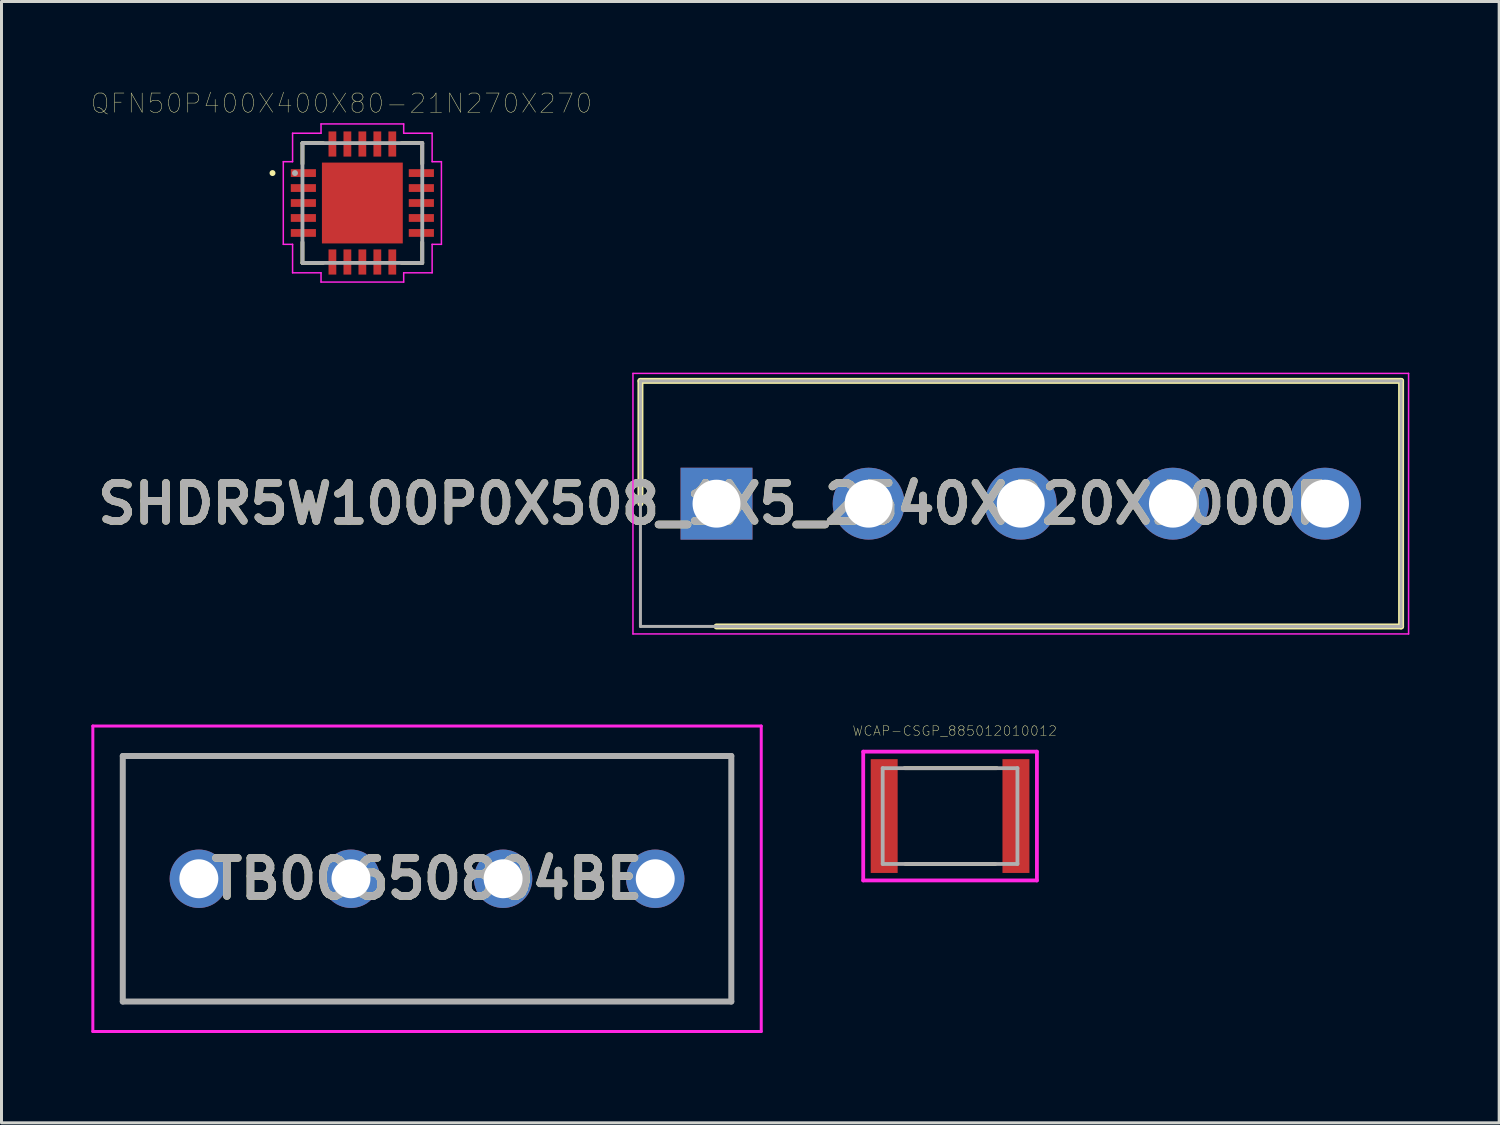
<source format=kicad_pcb>
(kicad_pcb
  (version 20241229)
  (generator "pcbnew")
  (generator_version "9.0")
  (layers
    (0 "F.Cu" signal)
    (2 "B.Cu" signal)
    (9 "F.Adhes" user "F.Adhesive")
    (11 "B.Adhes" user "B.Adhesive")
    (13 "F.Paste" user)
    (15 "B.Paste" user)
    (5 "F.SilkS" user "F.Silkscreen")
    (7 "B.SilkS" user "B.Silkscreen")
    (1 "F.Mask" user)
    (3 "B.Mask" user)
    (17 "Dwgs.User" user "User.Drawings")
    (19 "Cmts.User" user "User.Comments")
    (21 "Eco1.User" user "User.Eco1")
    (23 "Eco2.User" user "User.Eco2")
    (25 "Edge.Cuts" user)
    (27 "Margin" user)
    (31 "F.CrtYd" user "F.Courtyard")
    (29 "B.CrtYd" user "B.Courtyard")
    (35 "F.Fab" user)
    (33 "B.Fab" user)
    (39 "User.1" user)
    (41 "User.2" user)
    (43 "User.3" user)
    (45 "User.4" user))
  (footprint "QFN50P400X400X80-21N270X270"
    (layer "F.Cu")
    (at 9.05 3.729)
    (property "Reference" "QFN50P400X400X80-21N270X270" (at -0.694 -3.328 0) (layer "F.SilkS") (effects (font (size 0.64 0.64) (thickness 0.015))))
    (attr through_hole)
    (fp_line (start -2 -2) (end -2 -1.31) (stroke (width 0.127) (type solid)) (layer "F.SilkS"))
    (fp_line (start -2 1.31) (end -2 2) (stroke (width 0.127) (type solid)) (layer "F.SilkS"))
    (fp_line (start -2 2) (end -1.31 2) (stroke (width 0.127) (type solid)) (layer "F.SilkS"))
    (fp_line (start -1.31 -2) (end -2 -2) (stroke (width 0.127) (type solid)) (layer "F.SilkS"))
    (fp_line (start 1.31 2) (end 2 2) (stroke (width 0.127) (type solid)) (layer "F.SilkS"))
    (fp_line (start 2 -2) (end 1.31 -2) (stroke (width 0.127) (type solid)) (layer "F.SilkS"))
    (fp_line (start 2 -1.31) (end 2 -2) (stroke (width 0.127) (type solid)) (layer "F.SilkS"))
    (fp_line (start 2 2) (end 2 1.31) (stroke (width 0.127) (type solid)) (layer "F.SilkS"))
    (fp_circle (center -3 -1) (end -2.95 -1) (stroke (width 0.1) (type solid)) (fill no) (layer "F.SilkS"))
    (fp_line (start -2.64 -1.38) (end -2.33 -1.38) (stroke (width 0.05) (type solid)) (layer "F.CrtYd"))
    (fp_line (start -2.64 1.38) (end -2.64 -1.38) (stroke (width 0.05) (type solid)) (layer "F.CrtYd"))
    (fp_line (start -2.33 -2.33) (end -1.38 -2.33) (stroke (width 0.05) (type solid)) (layer "F.CrtYd"))
    (fp_line (start -2.33 -1.38) (end -2.33 -2.33) (stroke (width 0.05) (type solid)) (layer "F.CrtYd"))
    (fp_line (start -2.33 1.38) (end -2.64 1.38) (stroke (width 0.05) (type solid)) (layer "F.CrtYd"))
    (fp_line (start -2.33 2.33) (end -2.33 1.38) (stroke (width 0.05) (type solid)) (layer "F.CrtYd"))
    (fp_line (start -1.38 -2.64) (end 1.38 -2.64) (stroke (width 0.05) (type solid)) (layer "F.CrtYd"))
    (fp_line (start -1.38 -2.33) (end -1.38 -2.64) (stroke (width 0.05) (type solid)) (layer "F.CrtYd"))
    (fp_line (start -1.38 2.33) (end -2.33 2.33) (stroke (width 0.05) (type solid)) (layer "F.CrtYd"))
    (fp_line (start -1.38 2.64) (end -1.38 2.33) (stroke (width 0.05) (type solid)) (layer "F.CrtYd"))
    (fp_line (start 1.38 -2.64) (end 1.38 -2.33) (stroke (width 0.05) (type solid)) (layer "F.CrtYd"))
    (fp_line (start 1.38 -2.33) (end 2.33 -2.33) (stroke (width 0.05) (type solid)) (layer "F.CrtYd"))
    (fp_line (start 1.38 2.33) (end 1.38 2.64) (stroke (width 0.05) (type solid)) (layer "F.CrtYd"))
    (fp_line (start 1.38 2.64) (end -1.38 2.64) (stroke (width 0.05) (type solid)) (layer "F.CrtYd"))
    (fp_line (start 2.33 -2.33) (end 2.33 -1.38) (stroke (width 0.05) (type solid)) (layer "F.CrtYd"))
    (fp_line (start 2.33 -1.38) (end 2.64 -1.38) (stroke (width 0.05) (type solid)) (layer "F.CrtYd"))
    (fp_line (start 2.33 1.38) (end 2.33 2.33) (stroke (width 0.05) (type solid)) (layer "F.CrtYd"))
    (fp_line (start 2.33 2.33) (end 1.38 2.33) (stroke (width 0.05) (type solid)) (layer "F.CrtYd"))
    (fp_line (start 2.64 -1.38) (end 2.64 1.38) (stroke (width 0.05) (type solid)) (layer "F.CrtYd"))
    (fp_line (start 2.64 1.38) (end 2.33 1.38) (stroke (width 0.05) (type solid)) (layer "F.CrtYd"))
    (fp_line (start -2 -2) (end -2 2) (stroke (width 0.127) (type solid)) (layer "F.Fab"))
    (fp_line (start -2 2) (end 2 2) (stroke (width 0.127) (type solid)) (layer "F.Fab"))
    (fp_line (start 2 -2) (end -2 -2) (stroke (width 0.127) (type solid)) (layer "F.Fab"))
    (fp_line (start 2 2) (end 2 -2) (stroke (width 0.127) (type solid)) (layer "F.Fab"))
    (fp_circle (center -2.25 -1) (end -2.2 -1) (stroke (width 0.1) (type solid)) (fill no) (layer "F.Fab"))
    (pad "1" smd rect (at -1.97 -1) (size 0.84 0.26) (layers "F.Cu" "F.Mask" "F.Paste"))
    (pad "2" smd rect (at -1.97 -0.5) (size 0.84 0.26) (layers "F.Cu" "F.Mask" "F.Paste"))
    (pad "3" smd rect (at -1.97 0) (size 0.84 0.26) (layers "F.Cu" "F.Mask" "F.Paste"))
    (pad "4" smd rect (at -1.97 0.5) (size 0.84 0.26) (layers "F.Cu" "F.Mask" "F.Paste"))
    (pad "5" smd rect (at -1.97 1) (size 0.84 0.26) (layers "F.Cu" "F.Mask" "F.Paste"))
    (pad "6" smd rect (at -1 1.97) (size 0.26 0.84) (layers "F.Cu" "F.Mask" "F.Paste"))
    (pad "7" smd rect (at -0.5 1.97) (size 0.26 0.84) (layers "F.Cu" "F.Mask" "F.Paste"))
    (pad "8" smd rect (at 0 1.97) (size 0.26 0.84) (layers "F.Cu" "F.Mask" "F.Paste"))
    (pad "9" smd rect (at 0.5 1.97) (size 0.26 0.84) (layers "F.Cu" "F.Mask" "F.Paste"))
    (pad "10" smd rect (at 1 1.97) (size 0.26 0.84) (layers "F.Cu" "F.Mask" "F.Paste"))
    (pad "11" smd rect (at 1.97 1) (size 0.84 0.26) (layers "F.Cu" "F.Mask" "F.Paste"))
    (pad "12" smd rect (at 1.97 0.5) (size 0.84 0.26) (layers "F.Cu" "F.Mask" "F.Paste"))
    (pad "13" smd rect (at 1.97 0) (size 0.84 0.26) (layers "F.Cu" "F.Mask" "F.Paste"))
    (pad "14" smd rect (at 1.97 -0.5) (size 0.84 0.26) (layers "F.Cu" "F.Mask" "F.Paste"))
    (pad "15" smd rect (at 1.97 -1) (size 0.84 0.26) (layers "F.Cu" "F.Mask" "F.Paste"))
    (pad "16" smd rect (at 1 -1.97) (size 0.26 0.84) (layers "F.Cu" "F.Mask" "F.Paste"))
    (pad "17" smd rect (at 0.5 -1.97) (size 0.26 0.84) (layers "F.Cu" "F.Mask" "F.Paste"))
    (pad "18" smd rect (at 0 -1.97) (size 0.26 0.84) (layers "F.Cu" "F.Mask" "F.Paste"))
    (pad "19" smd rect (at -0.5 -1.97) (size 0.26 0.84) (layers "F.Cu" "F.Mask" "F.Paste"))
    (pad "20" smd rect (at -1 -1.97) (size 0.26 0.84) (layers "F.Cu" "F.Mask" "F.Paste"))
    (pad "21" smd rect (at 0 0) (size 2.7 2.7) (layers "F.Cu" "F.Mask" "F.Paste")))
  (footprint "TB00650804BE"
    (layer "F.Cu")
    (at 3.59 26.294)
    (property "Reference" "TB00650804BE" (at 7.62 0 0) (layer "F.SilkS") (effects (font (size 1.27 1.27) (thickness 0.254))))
    (attr through_hole)
    (fp_line (start -2.54 -4.1) (end 17.78 -4.1) (stroke (width 0.1) (type solid)) (layer "F.SilkS"))
    (fp_line (start -2.54 4.1) (end -2.54 -4.1) (stroke (width 0.1) (type solid)) (layer "F.SilkS"))
    (fp_line (start 17.78 -4.1) (end 17.78 4.1) (stroke (width 0.1) (type solid)) (layer "F.SilkS"))
    (fp_line (start 17.78 4.1) (end -2.54 4.1) (stroke (width 0.1) (type solid)) (layer "F.SilkS"))
    (fp_line (start -3.54 -5.1) (end 18.78 -5.1) (stroke (width 0.1) (type solid)) (layer "F.CrtYd"))
    (fp_line (start -3.54 5.1) (end -3.54 -5.1) (stroke (width 0.1) (type solid)) (layer "F.CrtYd"))
    (fp_line (start 18.78 -5.1) (end 18.78 5.1) (stroke (width 0.1) (type solid)) (layer "F.CrtYd"))
    (fp_line (start 18.78 5.1) (end -3.54 5.1) (stroke (width 0.1) (type solid)) (layer "F.CrtYd"))
    (fp_line (start -2.54 -4.1) (end 17.78 -4.1) (stroke (width 0.2) (type solid)) (layer "F.Fab"))
    (fp_line (start -2.54 4.1) (end -2.54 -4.1) (stroke (width 0.2) (type solid)) (layer "F.Fab"))
    (fp_line (start 17.78 -4.1) (end 17.78 4.1) (stroke (width 0.2) (type solid)) (layer "F.Fab"))
    (fp_line (start 17.78 4.1) (end -2.54 4.1) (stroke (width 0.2) (type solid)) (layer "F.Fab"))
    (fp_text user "${REFERENCE}" (at 7.62 0 0) (layer "F.Fab") (effects (font (size 1.27 1.27) (thickness 0.254))))
    (pad "1" thru_hole circle (at 0 0) (size 1.95 1.95) (drill 1.3) (layers "*.Cu" "*.Mask"))
    (pad "2" thru_hole circle (at 5.08 0) (size 1.95 1.95) (drill 1.3) (layers "*.Cu" "*.Mask"))
    (pad "3" thru_hole circle (at 10.16 0) (size 1.95 1.95) (drill 1.3) (layers "*.Cu" "*.Mask"))
    (pad "4" thru_hole circle (at 15.24 0) (size 1.95 1.95) (drill 1.3) (layers "*.Cu" "*.Mask")))
  (footprint "SHDR5W100P0X508_1X5_2540X820X1000P"
    (layer "F.Cu")
    (at 20.876 13.769)
    (property "Reference" "SHDR5W100P0X508_1X5_2540X820X1000P" (at 0 0 0) (layer "F.SilkS") (effects (font (size 1.27 1.27) (thickness 0.254))))
    (attr through_hole)
    (fp_line (start -2.54 -4.1) (end -2.54 0) (stroke (width 0.2) (type solid)) (layer "F.SilkS"))
    (fp_line (start 0 4.1) (end 22.86 4.1) (stroke (width 0.2) (type solid)) (layer "F.SilkS"))
    (fp_line (start 22.86 -4.1) (end -2.54 -4.1) (stroke (width 0.2) (type solid)) (layer "F.SilkS"))
    (fp_line (start 22.86 4.1) (end 22.86 -4.1) (stroke (width 0.2) (type solid)) (layer "F.SilkS"))
    (fp_line (start -2.79 -4.35) (end 23.11 -4.35) (stroke (width 0.05) (type solid)) (layer "F.CrtYd"))
    (fp_line (start -2.79 4.35) (end -2.79 -4.35) (stroke (width 0.05) (type solid)) (layer "F.CrtYd"))
    (fp_line (start 23.11 -4.35) (end 23.11 4.35) (stroke (width 0.05) (type solid)) (layer "F.CrtYd"))
    (fp_line (start 23.11 4.35) (end -2.79 4.35) (stroke (width 0.05) (type solid)) (layer "F.CrtYd"))
    (fp_line (start -2.54 -4.1) (end 22.86 -4.1) (stroke (width 0.1) (type solid)) (layer "F.Fab"))
    (fp_line (start -2.54 4.1) (end -2.54 -4.1) (stroke (width 0.1) (type solid)) (layer "F.Fab"))
    (fp_line (start 22.86 -4.1) (end 22.86 4.1) (stroke (width 0.1) (type solid)) (layer "F.Fab"))
    (fp_line (start 22.86 4.1) (end -2.54 4.1) (stroke (width 0.1) (type solid)) (layer "F.Fab"))
    (fp_text user "${REFERENCE}" (at 0 0 0) (layer "F.Fab") (effects (font (size 1.27 1.27) (thickness 0.254))))
    (pad "1" thru_hole rect (at 0 0) (size 2.4 2.4) (drill 1.6) (layers "*.Cu" "*.Mask"))
    (pad "2" thru_hole circle (at 5.08 0) (size 2.4 2.4) (drill 1.6) (layers "*.Cu" "*.Mask"))
    (pad "3" thru_hole circle (at 10.16 0) (size 2.4 2.4) (drill 1.6) (layers "*.Cu" "*.Mask"))
    (pad "4" thru_hole circle (at 15.24 0) (size 2.4 2.4) (drill 1.6) (layers "*.Cu" "*.Mask"))
    (pad "5" thru_hole circle (at 20.32 0) (size 2.4 2.4) (drill 1.6) (layers "*.Cu" "*.Mask")))
  (footprint "WCAP-CSGP_885012010012"
    (layer "F.Cu")
    (at 28.675 24.2)
    (property "Reference" "WCAP-CSGP_885012010012" (at 0.156 -2.843 0) (layer "F.SilkS") (effects (font (size 0.32 0.32) (thickness 0.015))))
    (attr through_hole)
    (fp_line (start -1.52 -1.6) (end 1.56 -1.6) (stroke (width 0.127) (type solid)) (layer "F.SilkS"))
    (fp_line (start -1.49 1.6) (end 1.51 1.6) (stroke (width 0.127) (type solid)) (layer "F.SilkS"))
    (fp_line (start -2.9 -2.15) (end 2.9 -2.15) (stroke (width 0.127) (type solid)) (layer "F.CrtYd"))
    (fp_line (start -2.9 2.15) (end -2.9 -2.15) (stroke (width 0.127) (type solid)) (layer "F.CrtYd"))
    (fp_line (start -2.9 2.15) (end 2.9 2.15) (stroke (width 0.127) (type solid)) (layer "F.CrtYd"))
    (fp_line (start 2.9 -2.15) (end 2.9 2.15) (stroke (width 0.127) (type solid)) (layer "F.CrtYd"))
    (fp_line (start -2.25 -1.6) (end -2.25 1.6) (stroke (width 0.127) (type solid)) (layer "F.Fab"))
    (fp_line (start -2.25 -1.6) (end 2.25 -1.6) (stroke (width 0.127) (type solid)) (layer "F.Fab"))
    (fp_line (start -2.25 1.6) (end 2.25 1.6) (stroke (width 0.127) (type solid)) (layer "F.Fab"))
    (fp_line (start 2.25 1.6) (end 2.25 -1.6) (stroke (width 0.127) (type solid)) (layer "F.Fab"))
    (pad "1" smd rect (at -2.2 0) (size 0.9 3.8) (layers "F.Cu" "F.Mask" "F.Paste"))
    (pad "2" smd rect (at 2.2 0) (size 0.9 3.8) (layers "F.Cu" "F.Mask" "F.Paste")))
  (gr_rect
    (start -3 -3)
    (end 47.011 34.444)
    (stroke (width 0.1) (type default))
    (fill no)
    (layer "Edge.Cuts")))
</source>
